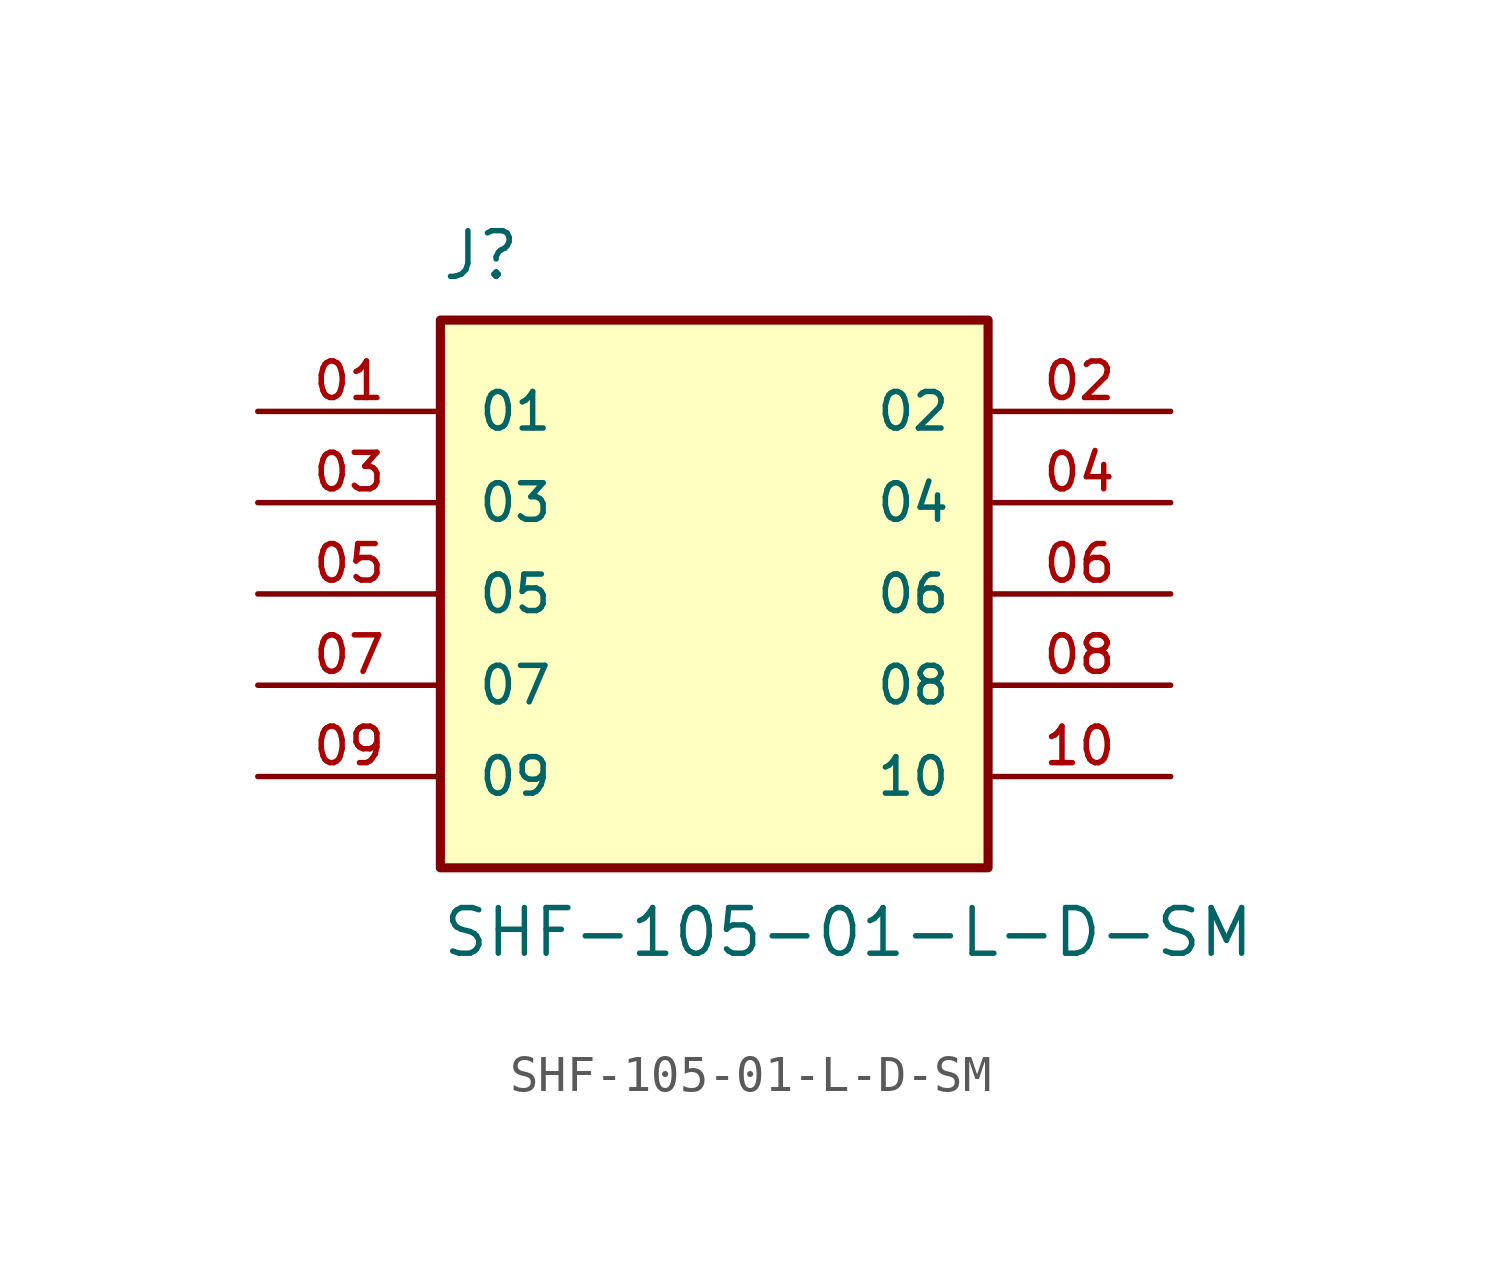
<source format=kicad_sym>
(kicad_symbol_lib
  (version 20211014)
  (generator kicad_symbol_editor)
  (symbol "SHF-105-01-L-D-SM"
    (pin_names
      (offset 1.016))
    (property "Reference" "J"
      (at -7.62 10.16 0)
      (effects (font (size 1.27 1.27)) (justify top left)))
    (property "Value" "SHF-105-01-L-D-SM"
      (at -7.62 -10.16 0)
      (effects (font (size 1.27 1.27)) (justify bottom left)))
    (symbol "SHF-105-01-L-D-SM_0_0"
      (rectangle (start -7.62 -7.62) (end 7.62 7.62) (stroke (width 0.254)) (fill (type background)))
      (pin passive line (at -12.7 5.08 0) (length 5.08) (name "01" (effects (font (size 1.016 1.016)))) (number "01" (effects (font (size 1.016 1.016)))))
      (pin passive line (at 12.7 5.08 180.0) (length 5.08) (name "02" (effects (font (size 1.016 1.016)))) (number "02" (effects (font (size 1.016 1.016)))))
      (pin passive line (at -12.7 2.54 0) (length 5.08) (name "03" (effects (font (size 1.016 1.016)))) (number "03" (effects (font (size 1.016 1.016)))))
      (pin passive line (at 12.7 2.54 180.0) (length 5.08) (name "04" (effects (font (size 1.016 1.016)))) (number "04" (effects (font (size 1.016 1.016)))))
      (pin passive line (at -12.7 0.0 0) (length 5.08) (name "05" (effects (font (size 1.016 1.016)))) (number "05" (effects (font (size 1.016 1.016)))))
      (pin passive line (at 12.7 0.0 180.0) (length 5.08) (name "06" (effects (font (size 1.016 1.016)))) (number "06" (effects (font (size 1.016 1.016)))))
      (pin passive line (at -12.7 -2.54 0) (length 5.08) (name "07" (effects (font (size 1.016 1.016)))) (number "07" (effects (font (size 1.016 1.016)))))
      (pin passive line (at 12.7 -2.54 180.0) (length 5.08) (name "08" (effects (font (size 1.016 1.016)))) (number "08" (effects (font (size 1.016 1.016)))))
      (pin passive line (at -12.7 -5.08 0) (length 5.08) (name "09" (effects (font (size 1.016 1.016)))) (number "09" (effects (font (size 1.016 1.016)))))
      (pin passive line (at 12.7 -5.08 180.0) (length 5.08) (name "10" (effects (font (size 1.016 1.016)))) (number "10" (effects (font (size 1.016 1.016))))))))
</source>
